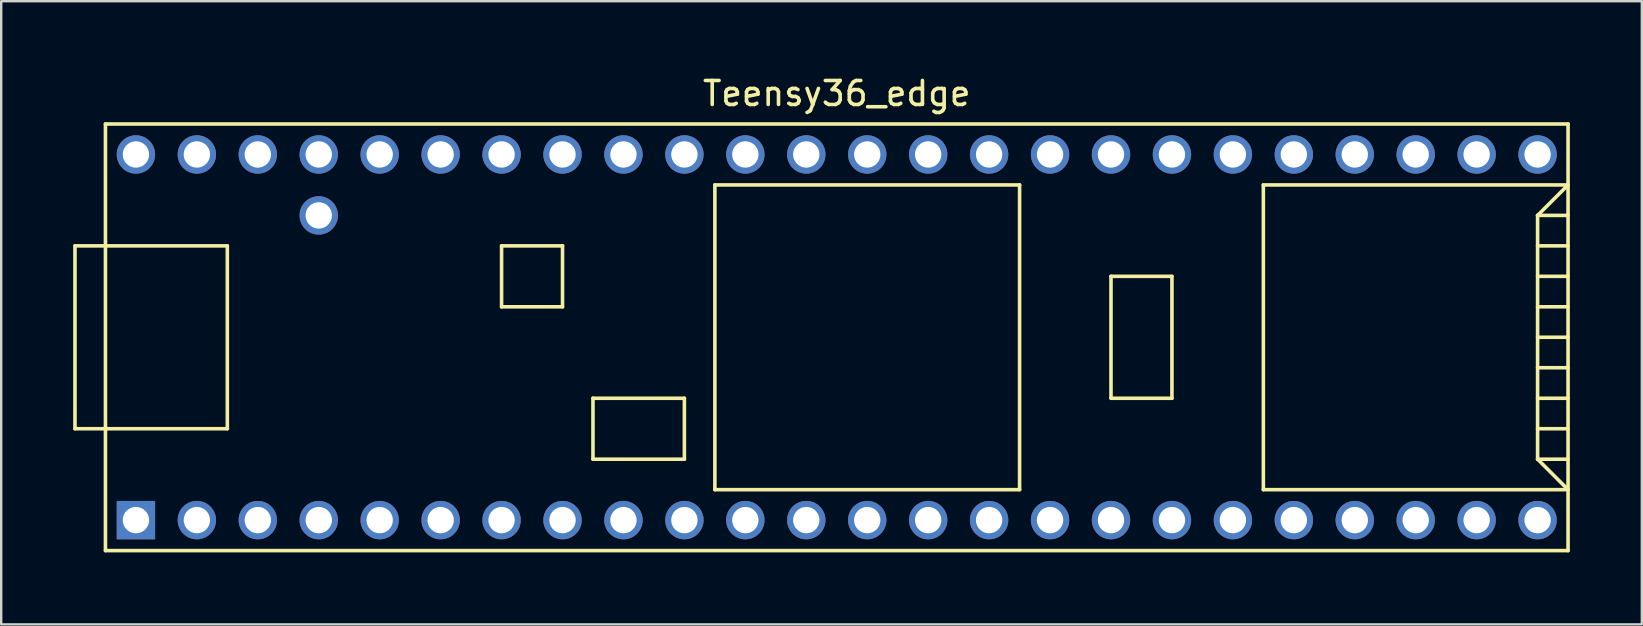
<source format=kicad_pcb>
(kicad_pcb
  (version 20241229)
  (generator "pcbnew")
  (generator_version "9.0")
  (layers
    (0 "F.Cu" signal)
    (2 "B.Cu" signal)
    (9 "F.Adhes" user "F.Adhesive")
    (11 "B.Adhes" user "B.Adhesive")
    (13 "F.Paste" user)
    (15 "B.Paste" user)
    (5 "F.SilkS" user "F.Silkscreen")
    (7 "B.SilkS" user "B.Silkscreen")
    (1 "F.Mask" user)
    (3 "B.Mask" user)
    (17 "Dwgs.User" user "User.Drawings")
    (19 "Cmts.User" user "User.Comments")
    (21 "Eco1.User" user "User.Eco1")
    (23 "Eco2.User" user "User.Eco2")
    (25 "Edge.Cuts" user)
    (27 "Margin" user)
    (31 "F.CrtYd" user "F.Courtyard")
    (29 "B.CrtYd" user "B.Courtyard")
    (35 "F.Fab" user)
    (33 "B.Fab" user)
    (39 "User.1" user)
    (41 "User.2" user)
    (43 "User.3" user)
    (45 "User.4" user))
  (footprint "Teensy36_edge"
    (layer "F.Cu")
    (at 31.825 11.008)
    (property "Reference" "Teensy36_edge" (at 0 -10.16 0) (layer "F.SilkS") (effects (font (size 1 1) (thickness 0.15))))
    (attr through_hole)
    (fp_line (start -31.75 -3.81) (end -30.48 -3.81) (stroke (width 0.15) (type solid)) (layer "F.SilkS"))
    (fp_line (start -31.75 3.81) (end -31.75 -3.81) (stroke (width 0.15) (type solid)) (layer "F.SilkS"))
    (fp_line (start -30.48 3.81) (end -31.75 3.81) (stroke (width 0.15) (type solid)) (layer "F.SilkS"))
    (fp_line (start -30.48 8.89) (end -30.48 -8.89) (stroke (width 0.15) (type solid)) (layer "F.SilkS"))
    (fp_line (start -30.48 8.89) (end 30.48 8.89) (stroke (width 0.15) (type solid)) (layer "F.SilkS"))
    (fp_line (start -25.4 -3.81) (end -30.48 -3.81) (stroke (width 0.15) (type solid)) (layer "F.SilkS"))
    (fp_line (start -25.4 3.81) (end -30.48 3.81) (stroke (width 0.15) (type solid)) (layer "F.SilkS"))
    (fp_line (start -25.4 3.81) (end -25.4 -3.81) (stroke (width 0.15) (type solid)) (layer "F.SilkS"))
    (fp_line (start -13.97 -3.81) (end -13.97 -1.27) (stroke (width 0.15) (type solid)) (layer "F.SilkS"))
    (fp_line (start -13.97 -1.27) (end -11.43 -1.27) (stroke (width 0.15) (type solid)) (layer "F.SilkS"))
    (fp_line (start -11.43 -3.81) (end -13.97 -3.81) (stroke (width 0.15) (type solid)) (layer "F.SilkS"))
    (fp_line (start -11.43 -1.27) (end -11.43 -3.81) (stroke (width 0.15) (type solid)) (layer "F.SilkS"))
    (fp_line (start -10.16 2.54) (end -6.35 2.54) (stroke (width 0.15) (type solid)) (layer "F.SilkS"))
    (fp_line (start -10.16 5.08) (end -10.16 2.54) (stroke (width 0.15) (type solid)) (layer "F.SilkS"))
    (fp_line (start -6.35 2.54) (end -6.35 5.08) (stroke (width 0.15) (type solid)) (layer "F.SilkS"))
    (fp_line (start -6.35 5.08) (end -10.16 5.08) (stroke (width 0.15) (type solid)) (layer "F.SilkS"))
    (fp_line (start -5.08 -6.35) (end -5.08 6.35) (stroke (width 0.15) (type solid)) (layer "F.SilkS"))
    (fp_line (start -5.08 -6.35) (end 7.62 -6.35) (stroke (width 0.15) (type solid)) (layer "F.SilkS"))
    (fp_line (start -5.08 6.35) (end 7.62 6.35) (stroke (width 0.15) (type solid)) (layer "F.SilkS"))
    (fp_line (start 7.62 6.35) (end 7.62 -6.35) (stroke (width 0.15) (type solid)) (layer "F.SilkS"))
    (fp_line (start 11.43 -2.54) (end 13.97 -2.54) (stroke (width 0.15) (type solid)) (layer "F.SilkS"))
    (fp_line (start 11.43 2.54) (end 11.43 -2.54) (stroke (width 0.15) (type solid)) (layer "F.SilkS"))
    (fp_line (start 13.97 -2.54) (end 13.97 2.54) (stroke (width 0.15) (type solid)) (layer "F.SilkS"))
    (fp_line (start 13.97 2.54) (end 11.43 2.54) (stroke (width 0.15) (type solid)) (layer "F.SilkS"))
    (fp_line (start 17.78 -6.35) (end 17.78 6.35) (stroke (width 0.15) (type solid)) (layer "F.SilkS"))
    (fp_line (start 17.78 6.35) (end 30.48 6.35) (stroke (width 0.15) (type solid)) (layer "F.SilkS"))
    (fp_line (start 29.21 -5.08) (end 30.48 -6.35) (stroke (width 0.15) (type solid)) (layer "F.SilkS"))
    (fp_line (start 29.21 -5.08) (end 30.48 -5.08) (stroke (width 0.15) (type solid)) (layer "F.SilkS"))
    (fp_line (start 29.21 -3.81) (end 30.48 -3.81) (stroke (width 0.15) (type solid)) (layer "F.SilkS"))
    (fp_line (start 29.21 -2.54) (end 30.48 -2.54) (stroke (width 0.15) (type solid)) (layer "F.SilkS"))
    (fp_line (start 29.21 -1.27) (end 30.48 -1.27) (stroke (width 0.15) (type solid)) (layer "F.SilkS"))
    (fp_line (start 29.21 0) (end 30.48 0) (stroke (width 0.15) (type solid)) (layer "F.SilkS"))
    (fp_line (start 29.21 1.27) (end 30.48 1.27) (stroke (width 0.15) (type solid)) (layer "F.SilkS"))
    (fp_line (start 29.21 2.54) (end 30.48 2.54) (stroke (width 0.15) (type solid)) (layer "F.SilkS"))
    (fp_line (start 29.21 3.81) (end 30.48 3.81) (stroke (width 0.15) (type solid)) (layer "F.SilkS"))
    (fp_line (start 29.21 5.08) (end 29.21 -5.08) (stroke (width 0.15) (type solid)) (layer "F.SilkS"))
    (fp_line (start 29.21 5.08) (end 30.48 5.08) (stroke (width 0.15) (type solid)) (layer "F.SilkS"))
    (fp_line (start 30.48 -8.89) (end -30.48 -8.89) (stroke (width 0.15) (type solid)) (layer "F.SilkS"))
    (fp_line (start 30.48 -8.89) (end 30.48 8.89) (stroke (width 0.15) (type solid)) (layer "F.SilkS"))
    (fp_line (start 30.48 -6.35) (end 17.78 -6.35) (stroke (width 0.15) (type solid)) (layer "F.SilkS"))
    (fp_line (start 30.48 6.35) (end 29.21 5.08) (stroke (width 0.15) (type solid)) (layer "F.SilkS"))
    (pad "1" thru_hole rect (at -29.21 7.62) (size 1.6 1.6) (drill 1.1) (layers "*.Cu" "*.Mask"))
    (pad "2" thru_hole circle (at -26.67 7.62) (size 1.6 1.6) (drill 1.1) (layers "*.Cu" "*.Mask"))
    (pad "3" thru_hole circle (at -24.13 7.62) (size 1.6 1.6) (drill 1.1) (layers "*.Cu" "*.Mask"))
    (pad "4" thru_hole circle (at -21.59 7.62) (size 1.6 1.6) (drill 1.1) (layers "*.Cu" "*.Mask"))
    (pad "5" thru_hole circle (at -19.05 7.62) (size 1.6 1.6) (drill 1.1) (layers "*.Cu" "*.Mask"))
    (pad "6" thru_hole circle (at -16.51 7.62) (size 1.6 1.6) (drill 1.1) (layers "*.Cu" "*.Mask"))
    (pad "7" thru_hole circle (at -13.97 7.62) (size 1.6 1.6) (drill 1.1) (layers "*.Cu" "*.Mask"))
    (pad "8" thru_hole circle (at -11.43 7.62) (size 1.6 1.6) (drill 1.1) (layers "*.Cu" "*.Mask"))
    (pad "9" thru_hole circle (at -8.89 7.62) (size 1.6 1.6) (drill 1.1) (layers "*.Cu" "*.Mask"))
    (pad "10" thru_hole circle (at -6.35 7.62) (size 1.6 1.6) (drill 1.1) (layers "*.Cu" "*.Mask"))
    (pad "11" thru_hole circle (at -3.81 7.62) (size 1.6 1.6) (drill 1.1) (layers "*.Cu" "*.Mask"))
    (pad "12" thru_hole circle (at -1.27 7.62) (size 1.6 1.6) (drill 1.1) (layers "*.Cu" "*.Mask"))
    (pad "13" thru_hole circle (at 1.27 7.62) (size 1.6 1.6) (drill 1.1) (layers "*.Cu" "*.Mask"))
    (pad "14" thru_hole circle (at 3.81 7.62) (size 1.6 1.6) (drill 1.1) (layers "*.Cu" "*.Mask"))
    (pad "15" thru_hole circle (at 6.35 7.62) (size 1.6 1.6) (drill 1.1) (layers "*.Cu" "*.Mask"))
    (pad "16" thru_hole circle (at 8.89 7.62) (size 1.6 1.6) (drill 1.1) (layers "*.Cu" "*.Mask"))
    (pad "17" thru_hole circle (at 11.43 7.62) (size 1.6 1.6) (drill 1.1) (layers "*.Cu" "*.Mask"))
    (pad "18" thru_hole circle (at 13.97 7.62) (size 1.6 1.6) (drill 1.1) (layers "*.Cu" "*.Mask"))
    (pad "19" thru_hole circle (at 16.51 7.62) (size 1.6 1.6) (drill 1.1) (layers "*.Cu" "*.Mask"))
    (pad "20" thru_hole circle (at 19.05 7.62) (size 1.6 1.6) (drill 1.1) (layers "*.Cu" "*.Mask"))
    (pad "21" thru_hole circle (at 21.59 7.62) (size 1.6 1.6) (drill 1.1) (layers "*.Cu" "*.Mask"))
    (pad "22" thru_hole circle (at 24.13 7.62) (size 1.6 1.6) (drill 1.1) (layers "*.Cu" "*.Mask"))
    (pad "23" thru_hole circle (at 26.67 7.62) (size 1.6 1.6) (drill 1.1) (layers "*.Cu" "*.Mask"))
    (pad "24" thru_hole circle (at 29.21 7.62) (size 1.6 1.6) (drill 1.1) (layers "*.Cu" "*.Mask"))
    (pad "30" thru_hole circle (at 29.21 -7.62) (size 1.6 1.6) (drill 1.1) (layers "*.Cu" "*.Mask"))
    (pad "31" thru_hole circle (at 26.67 -7.62) (size 1.6 1.6) (drill 1.1) (layers "*.Cu" "*.Mask"))
    (pad "32" thru_hole circle (at 24.13 -7.62) (size 1.6 1.6) (drill 1.1) (layers "*.Cu" "*.Mask"))
    (pad "33" thru_hole circle (at 21.59 -7.62) (size 1.6 1.6) (drill 1.1) (layers "*.Cu" "*.Mask"))
    (pad "34" thru_hole circle (at 19.05 -7.62) (size 1.6 1.6) (drill 1.1) (layers "*.Cu" "*.Mask"))
    (pad "35" thru_hole circle (at 16.51 -7.62) (size 1.6 1.6) (drill 1.1) (layers "*.Cu" "*.Mask"))
    (pad "36" thru_hole circle (at 13.97 -7.62) (size 1.6 1.6) (drill 1.1) (layers "*.Cu" "*.Mask"))
    (pad "37" thru_hole circle (at 11.43 -7.62) (size 1.6 1.6) (drill 1.1) (layers "*.Cu" "*.Mask"))
    (pad "38" thru_hole circle (at 8.89 -7.62) (size 1.6 1.6) (drill 1.1) (layers "*.Cu" "*.Mask"))
    (pad "39" thru_hole circle (at 6.35 -7.62) (size 1.6 1.6) (drill 1.1) (layers "*.Cu" "*.Mask"))
    (pad "40" thru_hole circle (at 3.81 -7.62) (size 1.6 1.6) (drill 1.1) (layers "*.Cu" "*.Mask"))
    (pad "41" thru_hole circle (at 1.27 -7.62) (size 1.6 1.6) (drill 1.1) (layers "*.Cu" "*.Mask"))
    (pad "42" thru_hole circle (at -1.27 -7.62) (size 1.6 1.6) (drill 1.1) (layers "*.Cu" "*.Mask"))
    (pad "43" thru_hole circle (at -3.81 -7.62) (size 1.6 1.6) (drill 1.1) (layers "*.Cu" "*.Mask"))
    (pad "44" thru_hole circle (at -6.35 -7.62) (size 1.6 1.6) (drill 1.1) (layers "*.Cu" "*.Mask"))
    (pad "45" thru_hole circle (at -8.89 -7.62) (size 1.6 1.6) (drill 1.1) (layers "*.Cu" "*.Mask"))
    (pad "46" thru_hole circle (at -11.43 -7.62) (size 1.6 1.6) (drill 1.1) (layers "*.Cu" "*.Mask"))
    (pad "47" thru_hole circle (at -13.97 -7.62) (size 1.6 1.6) (drill 1.1) (layers "*.Cu" "*.Mask"))
    (pad "48" thru_hole circle (at -16.51 -7.62) (size 1.6 1.6) (drill 1.1) (layers "*.Cu" "*.Mask"))
    (pad "49" thru_hole circle (at -19.05 -7.62) (size 1.6 1.6) (drill 1.1) (layers "*.Cu" "*.Mask"))
    (pad "50" thru_hole circle (at -21.59 -7.62) (size 1.6 1.6) (drill 1.1) (layers "*.Cu" "*.Mask"))
    (pad "51" thru_hole circle (at -24.13 -7.62) (size 1.6 1.6) (drill 1.1) (layers "*.Cu" "*.Mask"))
    (pad "52" thru_hole circle (at -26.67 -7.62) (size 1.6 1.6) (drill 1.1) (layers "*.Cu" "*.Mask"))
    (pad "53" thru_hole circle (at -29.21 -7.62) (size 1.6 1.6) (drill 1.1) (layers "*.Cu" "*.Mask"))
    (pad "55" thru_hole circle (at -21.59 -5.08) (size 1.6 1.6) (drill 1.1) (layers "*.Cu" "*.Mask")))
  (gr_rect
    (start -3 -3)
    (end 65.38 22.973)
    (stroke (width 0.1) (type default))
    (fill no)
    (layer "Edge.Cuts")))
</source>
